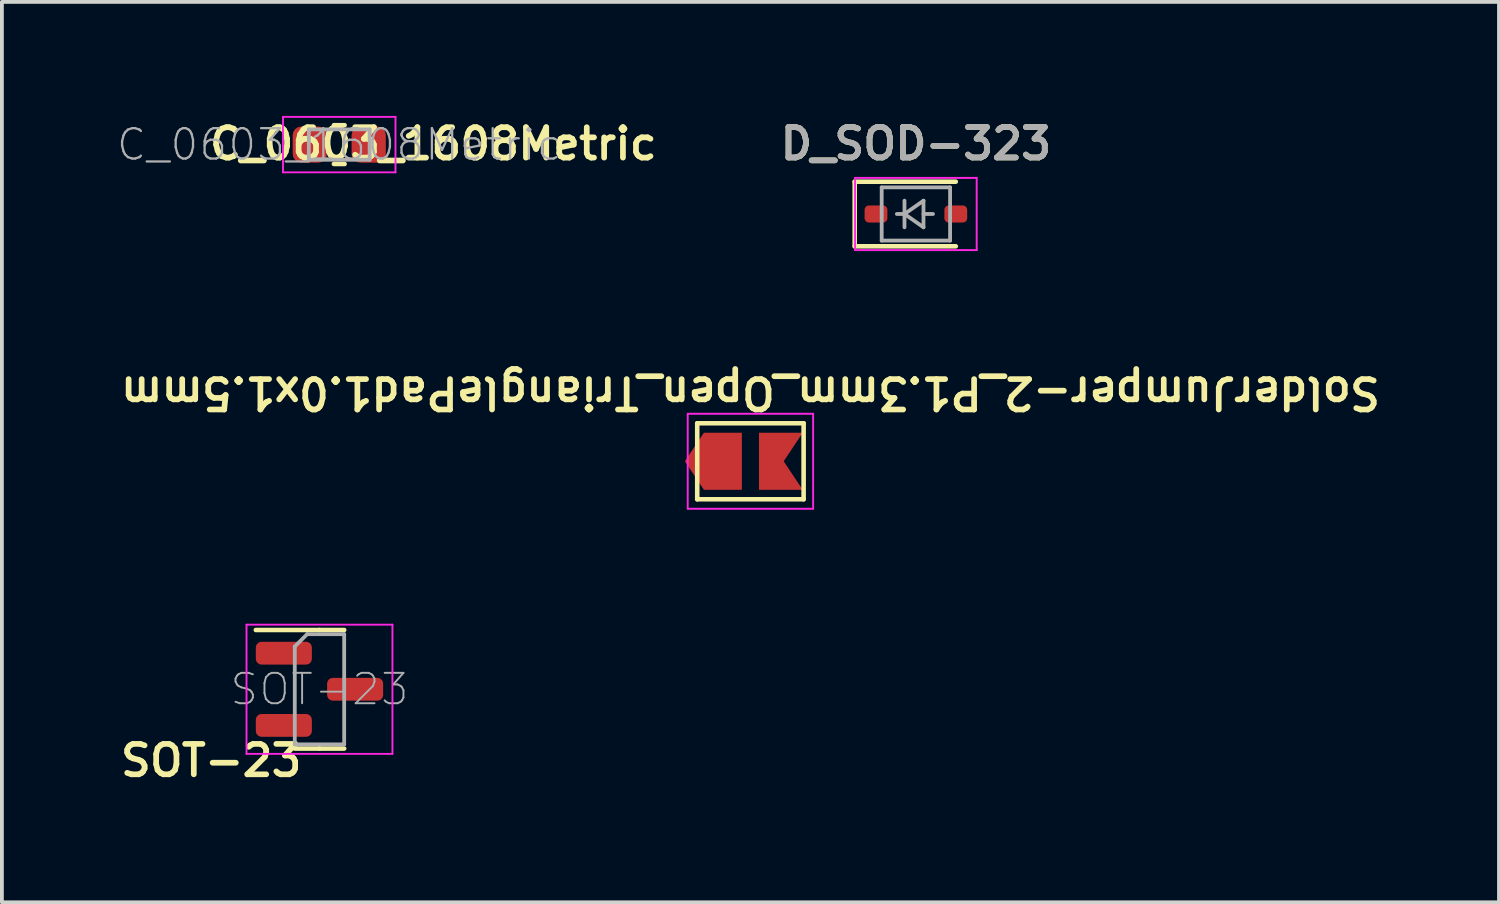
<source format=kicad_pcb>
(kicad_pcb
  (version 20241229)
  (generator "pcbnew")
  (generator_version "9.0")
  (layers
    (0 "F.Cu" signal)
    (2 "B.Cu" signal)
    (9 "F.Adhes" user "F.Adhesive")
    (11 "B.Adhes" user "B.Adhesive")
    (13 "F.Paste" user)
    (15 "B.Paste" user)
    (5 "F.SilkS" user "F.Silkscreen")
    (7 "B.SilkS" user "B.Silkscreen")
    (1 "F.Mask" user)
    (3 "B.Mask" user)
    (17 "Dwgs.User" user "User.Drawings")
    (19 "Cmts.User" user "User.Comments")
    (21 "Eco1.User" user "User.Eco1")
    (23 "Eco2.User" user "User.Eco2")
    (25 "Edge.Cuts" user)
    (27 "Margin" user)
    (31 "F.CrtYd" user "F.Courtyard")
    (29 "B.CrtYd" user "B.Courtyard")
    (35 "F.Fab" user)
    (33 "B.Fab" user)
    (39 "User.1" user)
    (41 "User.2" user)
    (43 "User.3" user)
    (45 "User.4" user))
  (footprint "SOT-23"
    (layer "F.Cu")
    (at 5.357 15.088)
    (property "Reference" "SOT-23" (at -2.85 1.875 180) (layer "F.SilkS") (effects (font (size 0.8 0.8) (thickness 0.15))))
    (attr smd)
    (fp_line (start -1.675 -1.56) (end 0 -1.56) (stroke (width 0.12) (type solid)) (layer "F.SilkS"))
    (fp_line (start -0.65 1.56) (end 0 1.56) (stroke (width 0.12) (type solid)) (layer "F.SilkS"))
    (fp_line (start 0.65 -1.56) (end 0 -1.56) (stroke (width 0.12) (type solid)) (layer "F.SilkS"))
    (fp_line (start 0.65 1.56) (end 0 1.56) (stroke (width 0.12) (type solid)) (layer "F.SilkS"))
    (fp_line (start -1.92 -1.7) (end 1.92 -1.7) (stroke (width 0.05) (type solid)) (layer "F.CrtYd"))
    (fp_line (start -1.92 1.7) (end -1.92 -1.7) (stroke (width 0.05) (type solid)) (layer "F.CrtYd"))
    (fp_line (start 1.92 -1.7) (end 1.92 1.7) (stroke (width 0.05) (type solid)) (layer "F.CrtYd"))
    (fp_line (start 1.92 1.7) (end -1.92 1.7) (stroke (width 0.05) (type solid)) (layer "F.CrtYd"))
    (fp_line (start -0.65 -1.125) (end -0.65 1.45) (stroke (width 0.1) (type solid)) (layer "F.Fab"))
    (fp_line (start -0.65 1.45) (end 0.65 1.45) (stroke (width 0.1) (type solid)) (layer "F.Fab"))
    (fp_line (start -0.325 -1.45) (end -0.65 -1.125) (stroke (width 0.1) (type solid)) (layer "F.Fab"))
    (fp_line (start 0.65 -1.45) (end -0.325 -1.45) (stroke (width 0.1) (type solid)) (layer "F.Fab"))
    (fp_line (start 0.65 1.45) (end 0.65 -1.45) (stroke (width 0.1) (type solid)) (layer "F.Fab"))
    (fp_text user "${REFERENCE}" (at 0 0 180) (layer "F.Fab") (effects (font (size 0.8 0.8) (thickness 0.05))))
    (pad "1" smd roundrect (at -0.938 -0.95 180) (size 1.475 0.6) (layers "F.Cu" "F.Mask" "F.Paste") (roundrect_rratio 0.25))
    (pad "2" smd roundrect (at -0.938 0.95 180) (size 1.475 0.6) (layers "F.Cu" "F.Mask" "F.Paste") (roundrect_rratio 0.25))
    (pad "3" smd roundrect (at 0.938 0 180) (size 1.475 0.6) (layers "F.Cu" "F.Mask" "F.Paste") (roundrect_rratio 0.25)))
  (footprint "SolderJumper-2_P1.3mm_Open_TrianglePad1.0x1.5mm"
    (layer "F.Cu")
    (at 16.697 9.088)
    (property "Reference" "SolderJumper-2_P1.3mm_Open_TrianglePad1.0x1.5mm" (at 0 -1.8 180) (unlocked yes) (layer "F.SilkS") (effects (font (size 0.8 0.8) (thickness 0.15))))
    (attr exclude_from_pos_files)
    (fp_line (start -1.4 -1) (end 1.4 -1) (stroke (width 0.12) (type solid)) (layer "F.SilkS"))
    (fp_line (start -1.4 1) (end -1.4 -1) (stroke (width 0.12) (type solid)) (layer "F.SilkS"))
    (fp_line (start 1.4 -1) (end 1.4 1) (stroke (width 0.12) (type solid)) (layer "F.SilkS"))
    (fp_line (start 1.4 1) (end -1.4 1) (stroke (width 0.12) (type solid)) (layer "F.SilkS"))
    (fp_line (start -1.65 -1.25) (end -1.65 1.25) (stroke (width 0.05) (type solid)) (layer "F.CrtYd"))
    (fp_line (start -1.65 -1.25) (end 1.65 -1.25) (stroke (width 0.05) (type solid)) (layer "F.CrtYd"))
    (fp_line (start 1.65 1.25) (end -1.65 1.25) (stroke (width 0.05) (type solid)) (layer "F.CrtYd"))
    (fp_line (start 1.65 1.25) (end 1.65 -1.25) (stroke (width 0.05) (type solid)) (layer "F.CrtYd"))
    (pad "1" smd custom (at -0.725 0 180) (size 0.3 0.3) (layers "F.Cu" "F.Mask") (options (anchor rect)) (primitives (gr_poly (pts (xy 1 0) (xy 0.5 0.75) (xy -0.5 0.75) (xy -0.5 -0.75) (xy 0.5 -0.75)) (width 0) (fill yes))))
    (pad "2" smd custom (at 0.725 0 180) (size 0.3 0.3) (layers "F.Cu" "F.Mask") (options (anchor rect)) (primitives (gr_poly (pts (xy 0.5 0.75) (xy -0.65 0.75) (xy -0.15 0) (xy -0.65 -0.75) (xy 0.5 -0.75)) (width 0) (fill yes)))))
  (footprint "C_0603_1608Metric"
    (layer "F.Cu")
    (at 5.877 0.755)
    (property "Reference" "C_0603_1608Metric" (at 2.475 -0.02 180) (layer "F.SilkS") (effects (font (size 0.8 0.8) (thickness 0.15))))
    (attr smd)
    (fp_line (start 0.141 -0.51) (end -0.141 -0.51) (stroke (width 0.12) (type solid)) (layer "F.SilkS"))
    (fp_line (start 0.141 0.51) (end -0.141 0.51) (stroke (width 0.12) (type solid)) (layer "F.SilkS"))
    (fp_line (start -1.48 -0.73) (end -1.48 0.73) (stroke (width 0.05) (type solid)) (layer "F.CrtYd"))
    (fp_line (start -1.48 0.73) (end 1.48 0.73) (stroke (width 0.05) (type solid)) (layer "F.CrtYd"))
    (fp_line (start 1.48 -0.73) (end -1.48 -0.73) (stroke (width 0.05) (type solid)) (layer "F.CrtYd"))
    (fp_line (start 1.48 0.73) (end 1.48 -0.73) (stroke (width 0.05) (type solid)) (layer "F.CrtYd"))
    (fp_line (start -0.8 -0.4) (end -0.8 0.4) (stroke (width 0.1) (type solid)) (layer "F.Fab"))
    (fp_line (start -0.8 0.4) (end 0.8 0.4) (stroke (width 0.1) (type solid)) (layer "F.Fab"))
    (fp_line (start 0.8 -0.4) (end -0.8 -0.4) (stroke (width 0.1) (type solid)) (layer "F.Fab"))
    (fp_line (start 0.8 0.4) (end 0.8 -0.4) (stroke (width 0.1) (type solid)) (layer "F.Fab"))
    (fp_text user "${REFERENCE}" (at 0 0 180) (layer "F.Fab") (effects (font (size 0.8 0.8) (thickness 0.06))))
    (pad "1" smd roundrect (at -0.775 0 180) (size 0.9 0.95) (layers "F.Cu" "F.Mask" "F.Paste") (roundrect_rratio 0.25))
    (pad "2" smd roundrect (at 0.775 0 180) (size 0.9 0.95) (layers "F.Cu" "F.Mask" "F.Paste") (roundrect_rratio 0.25)))
  (footprint "D_SOD-323"
    (layer "F.Cu")
    (at 21.051 2.581)
    (property "Reference" "D_SOD-323" (at 0 -1.85 180) (layer "F.SilkS") (effects (font (size 0.8 0.8) (thickness 0.15))))
    (attr smd)
    (fp_line (start -1.61 0.85) (end -1.61 -0.85) (stroke (width 0.12) (type solid)) (layer "F.SilkS"))
    (fp_line (start 1.05 -0.85) (end -1.61 -0.85) (stroke (width 0.12) (type solid)) (layer "F.SilkS"))
    (fp_line (start 1.05 0.85) (end -1.61 0.85) (stroke (width 0.12) (type solid)) (layer "F.SilkS"))
    (fp_line (start -1.6 0.95) (end -1.6 -0.95) (stroke (width 0.05) (type solid)) (layer "F.CrtYd"))
    (fp_line (start 1.6 -0.95) (end -1.6 -0.95) (stroke (width 0.05) (type solid)) (layer "F.CrtYd"))
    (fp_line (start 1.6 0.95) (end -1.6 0.95) (stroke (width 0.05) (type solid)) (layer "F.CrtYd"))
    (fp_line (start 1.6 0.95) (end 1.6 -0.95) (stroke (width 0.05) (type solid)) (layer "F.CrtYd"))
    (fp_line (start -0.9 -0.7) (end -0.9 0.7) (stroke (width 0.1) (type solid)) (layer "F.Fab"))
    (fp_line (start -0.9 0.7) (end 0.9 0.7) (stroke (width 0.1) (type solid)) (layer "F.Fab"))
    (fp_line (start -0.5 0) (end -0.3 0) (stroke (width 0.1) (type solid)) (layer "F.Fab"))
    (fp_line (start -0.3 0) (end 0.2 0.35) (stroke (width 0.1) (type solid)) (layer "F.Fab"))
    (fp_line (start -0.3 0.35) (end -0.3 -0.35) (stroke (width 0.1) (type solid)) (layer "F.Fab"))
    (fp_line (start 0.2 -0.35) (end -0.3 0) (stroke (width 0.1) (type solid)) (layer "F.Fab"))
    (fp_line (start 0.2 0.35) (end 0.2 -0.35) (stroke (width 0.1) (type solid)) (layer "F.Fab"))
    (fp_line (start 0.45 0) (end 0.2 0) (stroke (width 0.1) (type solid)) (layer "F.Fab"))
    (fp_line (start 0.9 -0.7) (end -0.9 -0.7) (stroke (width 0.1) (type solid)) (layer "F.Fab"))
    (fp_line (start 0.9 0.7) (end 0.9 -0.7) (stroke (width 0.1) (type solid)) (layer "F.Fab"))
    (fp_text user "${REFERENCE}" (at 0 -1.85 180) (layer "F.Fab") (effects (font (size 0.8 0.8) (thickness 0.15))))
    (pad "1" smd roundrect (at -1.05 0 180) (size 0.6 0.45) (layers "F.Cu" "F.Mask" "F.Paste") (roundrect_rratio 0.25))
    (pad "2" smd roundrect (at 1.05 0 180) (size 0.6 0.45) (layers "F.Cu" "F.Mask" "F.Paste") (roundrect_rratio 0.25)))
  (gr_rect
    (start -3 -3)
    (end 36.395 20.694)
    (stroke (width 0.1) (type default))
    (fill no)
    (layer "Edge.Cuts")))
</source>
